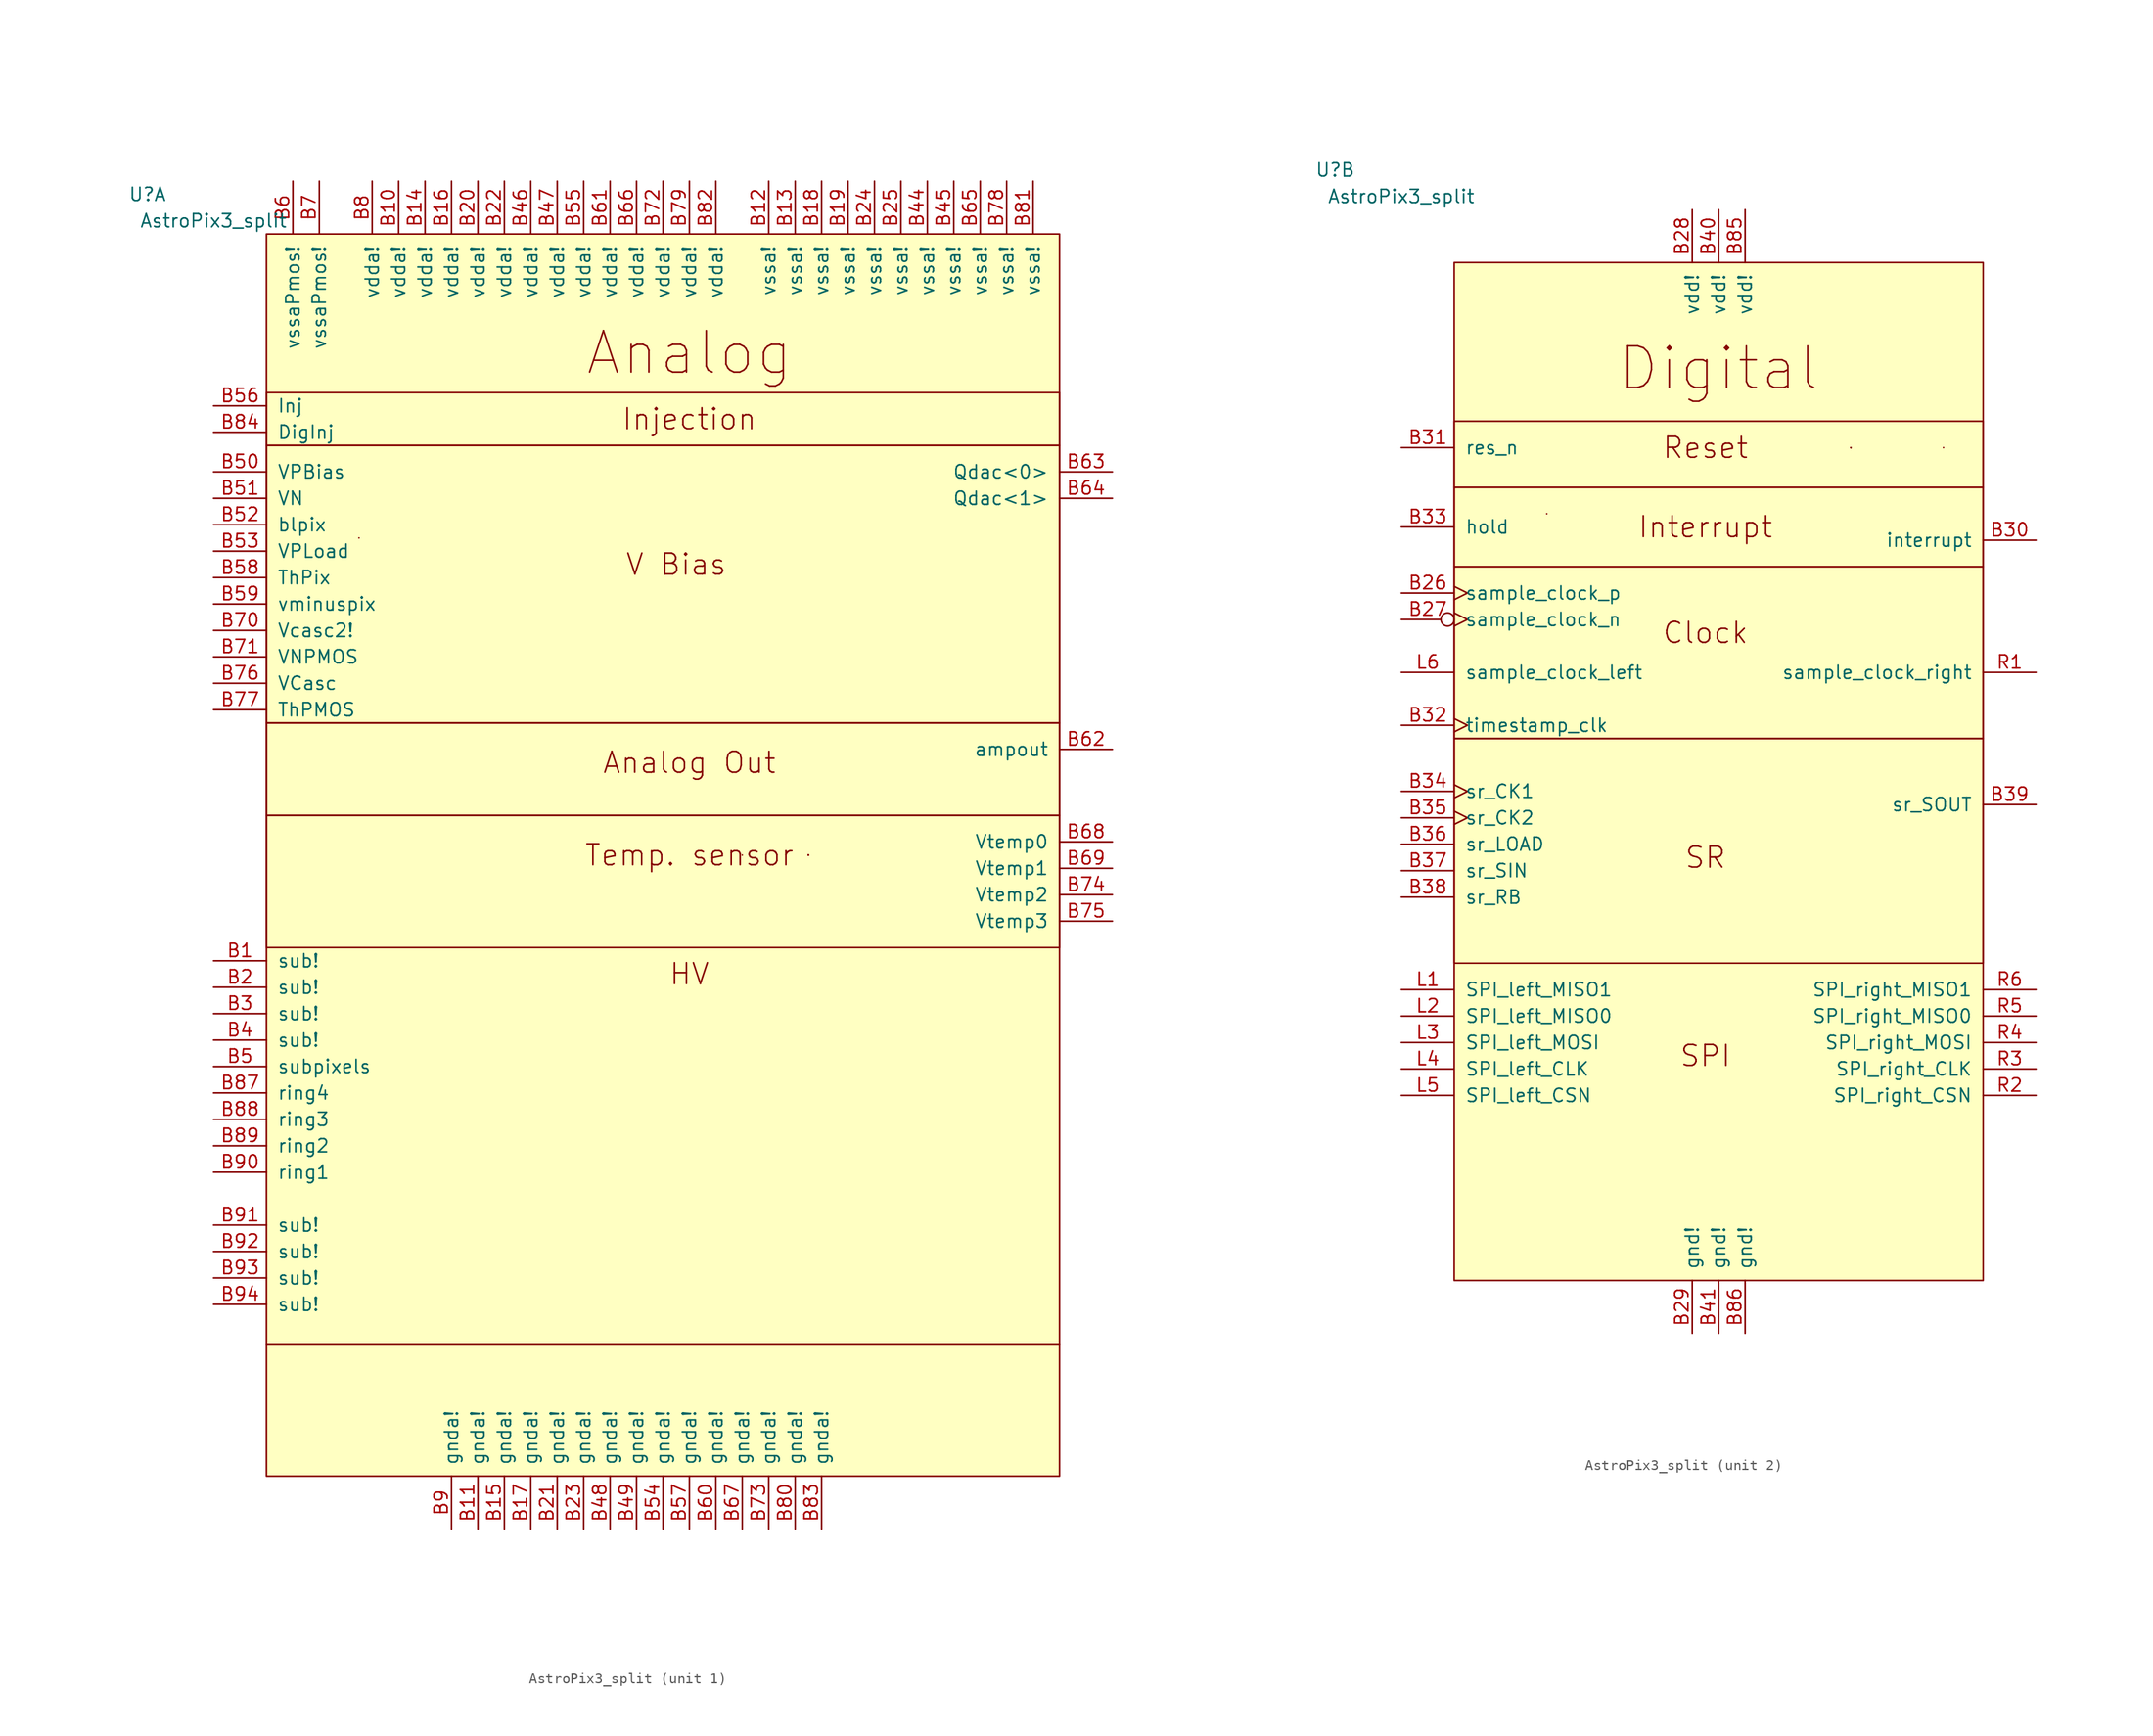
<source format=kicad_sym>
(kicad_symbol_lib
  (version 20220914)
  (generator kicad_symbol_editor)
  (symbol "AstroPix3_split"
    (pin_names
      (offset 1.016))
    (property "Reference" "U"
      (at -36.83 40.64 0)
      (effects (font (size 1.27 1.27))))
    (property "Value" "AstroPix3_split"
      (at -30.48 38.1 0)
      (effects (font (size 1.27 1.27))))
    (property "ki_locked" ""
      (at 0 0 0)
      (effects (font (size 1.27 1.27))))
    (symbol "AstroPix3_split_0_1"
      (polyline (pts (xy -16.51 7.62) (xy -16.51 7.62)) (stroke (width 0) (type default)) (fill (type none))))
    (symbol "AstroPix3_split_1_1"
      (rectangle (start -25.4 -19.05) (end 50.8 -31.75) (stroke (width 0) (type default)) (fill (type none)))
      (rectangle (start -25.4 -10.16) (end 50.8 -19.05) (stroke (width 0) (type default)) (fill (type none)))
      (rectangle (start -25.4 16.51) (end 50.8 -10.16) (stroke (width 0) (type default)) (fill (type none)))
      (rectangle (start -25.4 21.59) (end 50.8 16.51) (stroke (width 0) (type default)) (fill (type none)))
      (rectangle (start -25.4 36.83) (end 50.8 -82.55) (stroke (width 0) (type default)) (fill (type background)))
      (polyline (pts (xy -25.4 -69.85) (xy 50.8 -69.85)) (stroke (width 0) (type default)) (fill (type none)))
      (polyline (pts (xy 20.32 -22.86) (xy 20.32 -22.86)) (stroke (width 0) (type default)) (fill (type none)))
      (polyline (pts (xy 26.67 -22.86) (xy 26.67 -22.86)) (stroke (width 0) (type default)) (fill (type none)))
      (polyline (pts (xy 26.67 -22.86) (xy 26.67 -22.86)) (stroke (width 0) (type default)) (fill (type none)))
      (polyline (pts (xy 26.67 -22.86) (xy 26.67 -22.86)) (stroke (width 0) (type default)) (fill (type none)))
      (polyline (pts (xy 26.67 -22.86) (xy 26.67 -22.86)) (stroke (width 0) (type default)) (fill (type none)))
      (polyline (pts (xy 26.67 -22.86) (xy 26.67 -22.86)) (stroke (width 0) (type default)) (fill (type none)))
      (text "Analog" (at 15.24 25.4 0) (effects (font (size 3.988 3.988))))
      (text "Analog Out" (at 15.24 -13.97 0) (effects (font (size 2.007 2.007))))
      (text "HV" (at 15.24 -34.29 0) (effects (font (size 2.007 2.007))))
      (text "Injection" (at 15.24 19.05 0) (effects (font (size 2.007 2.007))))
      (text "Temp. sensor" (at 15.24 -22.86 0) (effects (font (size 2.007 2.007))))
      (text "V Bias" (at 13.97 5.08 0) (effects (font (size 2.007 2.007))))
      (pin power_in line (at -30.48 -33.02 0) (length 5.08) (name "sub!" (effects (font (size 1.27 1.27)))) (number "B1" (effects (font (size 1.27 1.27)))))
      (pin power_in line (at -12.7 41.91 270) (length 5.08) (name "vdda!" (effects (font (size 1.27 1.27)))) (number "B10" (effects (font (size 1.27 1.27)))))
      (pin power_in line (at -5.08 -87.63 90) (length 5.08) (name "gnda!" (effects (font (size 1.27 1.27)))) (number "B11" (effects (font (size 1.27 1.27)))))
      (pin power_in line (at 22.86 41.91 270) (length 5.08) (name "vssa!" (effects (font (size 1.27 1.27)))) (number "B12" (effects (font (size 1.27 1.27)))))
      (pin power_in line (at 25.4 41.91 270) (length 5.08) (name "vssa!" (effects (font (size 1.27 1.27)))) (number "B13" (effects (font (size 1.27 1.27)))))
      (pin power_in line (at -10.16 41.91 270) (length 5.08) (name "vdda!" (effects (font (size 1.27 1.27)))) (number "B14" (effects (font (size 1.27 1.27)))))
      (pin power_in line (at -2.54 -87.63 90) (length 5.08) (name "gnda!" (effects (font (size 1.27 1.27)))) (number "B15" (effects (font (size 1.27 1.27)))))
      (pin power_in line (at -7.62 41.91 270) (length 5.08) (name "vdda!" (effects (font (size 1.27 1.27)))) (number "B16" (effects (font (size 1.27 1.27)))))
      (pin power_in line (at 0 -87.63 90) (length 5.08) (name "gnda!" (effects (font (size 1.27 1.27)))) (number "B17" (effects (font (size 1.27 1.27)))))
      (pin power_in line (at 27.94 41.91 270) (length 5.08) (name "vssa!" (effects (font (size 1.27 1.27)))) (number "B18" (effects (font (size 1.27 1.27)))))
      (pin power_in line (at 30.48 41.91 270) (length 5.08) (name "vssa!" (effects (font (size 1.27 1.27)))) (number "B19" (effects (font (size 1.27 1.27)))))
      (pin power_in line (at -30.48 -35.56 0) (length 5.08) (name "sub!" (effects (font (size 1.27 1.27)))) (number "B2" (effects (font (size 1.27 1.27)))))
      (pin power_in line (at -5.08 41.91 270) (length 5.08) (name "vdda!" (effects (font (size 1.27 1.27)))) (number "B20" (effects (font (size 1.27 1.27)))))
      (pin power_in line (at 2.54 -87.63 90) (length 5.08) (name "gnda!" (effects (font (size 1.27 1.27)))) (number "B21" (effects (font (size 1.27 1.27)))))
      (pin power_in line (at -2.54 41.91 270) (length 5.08) (name "vdda!" (effects (font (size 1.27 1.27)))) (number "B22" (effects (font (size 1.27 1.27)))))
      (pin power_in line (at 5.08 -87.63 90) (length 5.08) (name "gnda!" (effects (font (size 1.27 1.27)))) (number "B23" (effects (font (size 1.27 1.27)))))
      (pin power_in line (at 33.02 41.91 270) (length 5.08) (name "vssa!" (effects (font (size 1.27 1.27)))) (number "B24" (effects (font (size 1.27 1.27)))))
      (pin power_in line (at 35.56 41.91 270) (length 5.08) (name "vssa!" (effects (font (size 1.27 1.27)))) (number "B25" (effects (font (size 1.27 1.27)))))
      (pin power_in line (at -30.48 -38.1 0) (length 5.08) (name "sub!" (effects (font (size 1.27 1.27)))) (number "B3" (effects (font (size 1.27 1.27)))))
      (pin power_in line (at -30.48 -40.64 0) (length 5.08) (name "sub!" (effects (font (size 1.27 1.27)))) (number "B4" (effects (font (size 1.27 1.27)))))
      (pin no_connect line (at 53.34 -52.07 180) (length 2.54) hide (name "nc" (effects (font (size 1.27 1.27)))) (number "B42" (effects (font (size 1.27 1.27)))))
      (pin no_connect line (at 53.34 -54.61 180) (length 2.54) hide (name "nc" (effects (font (size 1.27 1.27)))) (number "B43" (effects (font (size 1.27 1.27)))))
      (pin power_in line (at 38.1 41.91 270) (length 5.08) (name "vssa!" (effects (font (size 1.27 1.27)))) (number "B44" (effects (font (size 1.27 1.27)))))
      (pin power_in line (at 40.64 41.91 270) (length 5.08) (name "vssa!" (effects (font (size 1.27 1.27)))) (number "B45" (effects (font (size 1.27 1.27)))))
      (pin power_in line (at 0 41.91 270) (length 5.08) (name "vdda!" (effects (font (size 1.27 1.27)))) (number "B46" (effects (font (size 1.27 1.27)))))
      (pin power_in line (at 2.54 41.91 270) (length 5.08) (name "vdda!" (effects (font (size 1.27 1.27)))) (number "B47" (effects (font (size 1.27 1.27)))))
      (pin power_in line (at 7.62 -87.63 90) (length 5.08) (name "gnda!" (effects (font (size 1.27 1.27)))) (number "B48" (effects (font (size 1.27 1.27)))))
      (pin power_in line (at 10.16 -87.63 90) (length 5.08) (name "gnda!" (effects (font (size 1.27 1.27)))) (number "B49" (effects (font (size 1.27 1.27)))))
      (pin power_in line (at -30.48 -43.18 0) (length 5.08) (name "subpixels" (effects (font (size 1.27 1.27)))) (number "B5" (effects (font (size 1.27 1.27)))))
      (pin input line (at -30.48 13.97 0) (length 5.08) (name "VPBias" (effects (font (size 1.27 1.27)))) (number "B50" (effects (font (size 1.27 1.27)))))
      (pin input line (at -30.48 11.43 0) (length 5.08) (name "VN" (effects (font (size 1.27 1.27)))) (number "B51" (effects (font (size 1.27 1.27)))))
      (pin input line (at -30.48 8.89 0) (length 5.08) (name "blpix" (effects (font (size 1.27 1.27)))) (number "B52" (effects (font (size 1.27 1.27)))))
      (pin input line (at -30.48 6.35 0) (length 5.08) (name "VPLoad" (effects (font (size 1.27 1.27)))) (number "B53" (effects (font (size 1.27 1.27)))))
      (pin power_in line (at 12.7 -87.63 90) (length 5.08) (name "gnda!" (effects (font (size 1.27 1.27)))) (number "B54" (effects (font (size 1.27 1.27)))))
      (pin power_in line (at 5.08 41.91 270) (length 5.08) (name "vdda!" (effects (font (size 1.27 1.27)))) (number "B55" (effects (font (size 1.27 1.27)))))
      (pin input line (at -30.48 20.32 0) (length 5.08) (name "Inj" (effects (font (size 1.27 1.27)))) (number "B56" (effects (font (size 1.27 1.27)))))
      (pin power_in line (at 15.24 -87.63 90) (length 5.08) (name "gnda!" (effects (font (size 1.27 1.27)))) (number "B57" (effects (font (size 1.27 1.27)))))
      (pin input line (at -30.48 3.81 0) (length 5.08) (name "ThPix" (effects (font (size 1.27 1.27)))) (number "B58" (effects (font (size 1.27 1.27)))))
      (pin input line (at -30.48 1.27 0) (length 5.08) (name "vminuspix" (effects (font (size 1.27 1.27)))) (number "B59" (effects (font (size 1.27 1.27)))))
      (pin power_in line (at -22.86 41.91 270) (length 5.08) (name "vssaPmos!" (effects (font (size 1.27 1.27)))) (number "B6" (effects (font (size 1.27 1.27)))))
      (pin power_in line (at 17.78 -87.63 90) (length 5.08) (name "gnda!" (effects (font (size 1.27 1.27)))) (number "B60" (effects (font (size 1.27 1.27)))))
      (pin power_in line (at 7.62 41.91 270) (length 5.08) (name "vdda!" (effects (font (size 1.27 1.27)))) (number "B61" (effects (font (size 1.27 1.27)))))
      (pin output line (at 55.88 -12.7 180) (length 5.08) (name "ampout" (effects (font (size 1.27 1.27)))) (number "B62" (effects (font (size 1.27 1.27)))))
      (pin output line (at 55.88 13.97 180) (length 5.08) (name "Qdac<0>" (effects (font (size 1.27 1.27)))) (number "B63" (effects (font (size 1.27 1.27)))))
      (pin output line (at 55.88 11.43 180) (length 5.08) (name "Qdac<1>" (effects (font (size 1.27 1.27)))) (number "B64" (effects (font (size 1.27 1.27)))))
      (pin power_in line (at 43.18 41.91 270) (length 5.08) (name "vssa!" (effects (font (size 1.27 1.27)))) (number "B65" (effects (font (size 1.27 1.27)))))
      (pin power_in line (at 10.16 41.91 270) (length 5.08) (name "vdda!" (effects (font (size 1.27 1.27)))) (number "B66" (effects (font (size 1.27 1.27)))))
      (pin power_in line (at 20.32 -87.63 90) (length 5.08) (name "gnda!" (effects (font (size 1.27 1.27)))) (number "B67" (effects (font (size 1.27 1.27)))))
      (pin output line (at 55.88 -21.59 180) (length 5.08) (name "Vtemp0" (effects (font (size 1.27 1.27)))) (number "B68" (effects (font (size 1.27 1.27)))))
      (pin output line (at 55.88 -24.13 180) (length 5.08) (name "Vtemp1" (effects (font (size 1.27 1.27)))) (number "B69" (effects (font (size 1.27 1.27)))))
      (pin power_in line (at -20.32 41.91 270) (length 5.08) (name "vssaPmos!" (effects (font (size 1.27 1.27)))) (number "B7" (effects (font (size 1.27 1.27)))))
      (pin input line (at -30.48 -1.27 0) (length 5.08) (name "Vcasc2!" (effects (font (size 1.27 1.27)))) (number "B70" (effects (font (size 1.27 1.27)))))
      (pin input line (at -30.48 -3.81 0) (length 5.08) (name "VNPMOS" (effects (font (size 1.27 1.27)))) (number "B71" (effects (font (size 1.27 1.27)))))
      (pin power_in line (at 12.7 41.91 270) (length 5.08) (name "vdda!" (effects (font (size 1.27 1.27)))) (number "B72" (effects (font (size 1.27 1.27)))))
      (pin power_in line (at 22.86 -87.63 90) (length 5.08) (name "gnda!" (effects (font (size 1.27 1.27)))) (number "B73" (effects (font (size 1.27 1.27)))))
      (pin output line (at 55.88 -26.67 180) (length 5.08) (name "Vtemp2" (effects (font (size 1.27 1.27)))) (number "B74" (effects (font (size 1.27 1.27)))))
      (pin output line (at 55.88 -29.21 180) (length 5.08) (name "Vtemp3" (effects (font (size 1.27 1.27)))) (number "B75" (effects (font (size 1.27 1.27)))))
      (pin input line (at -30.48 -6.35 0) (length 5.08) (name "VCasc" (effects (font (size 1.27 1.27)))) (number "B76" (effects (font (size 1.27 1.27)))))
      (pin input line (at -30.48 -8.89 0) (length 5.08) (name "ThPMOS" (effects (font (size 1.27 1.27)))) (number "B77" (effects (font (size 1.27 1.27)))))
      (pin power_in line (at 45.72 41.91 270) (length 5.08) (name "vssa!" (effects (font (size 1.27 1.27)))) (number "B78" (effects (font (size 1.27 1.27)))))
      (pin power_in line (at 15.24 41.91 270) (length 5.08) (name "vdda!" (effects (font (size 1.27 1.27)))) (number "B79" (effects (font (size 1.27 1.27)))))
      (pin power_in line (at -15.24 41.91 270) (length 5.08) (name "vdda!" (effects (font (size 1.27 1.27)))) (number "B8" (effects (font (size 1.27 1.27)))))
      (pin power_in line (at 25.4 -87.63 90) (length 5.08) (name "gnda!" (effects (font (size 1.27 1.27)))) (number "B80" (effects (font (size 1.27 1.27)))))
      (pin power_in line (at 48.26 41.91 270) (length 5.08) (name "vssa!" (effects (font (size 1.27 1.27)))) (number "B81" (effects (font (size 1.27 1.27)))))
      (pin power_in line (at 17.78 41.91 270) (length 5.08) (name "vdda!" (effects (font (size 1.27 1.27)))) (number "B82" (effects (font (size 1.27 1.27)))))
      (pin power_in line (at 27.94 -87.63 90) (length 5.08) (name "gnda!" (effects (font (size 1.27 1.27)))) (number "B83" (effects (font (size 1.27 1.27)))))
      (pin input line (at -30.48 17.78 0) (length 5.08) (name "DigInj" (effects (font (size 1.27 1.27)))) (number "B84" (effects (font (size 1.27 1.27)))))
      (pin input line (at -30.48 -45.72 0) (length 5.08) (name "ring4" (effects (font (size 1.27 1.27)))) (number "B87" (effects (font (size 1.27 1.27)))))
      (pin input line (at -30.48 -48.26 0) (length 5.08) (name "ring3" (effects (font (size 1.27 1.27)))) (number "B88" (effects (font (size 1.27 1.27)))))
      (pin input line (at -30.48 -50.8 0) (length 5.08) (name "ring2" (effects (font (size 1.27 1.27)))) (number "B89" (effects (font (size 1.27 1.27)))))
      (pin power_in line (at -7.62 -87.63 90) (length 5.08) (name "gnda!" (effects (font (size 1.27 1.27)))) (number "B9" (effects (font (size 1.27 1.27)))))
      (pin input line (at -30.48 -53.34 0) (length 5.08) (name "ring1" (effects (font (size 1.27 1.27)))) (number "B90" (effects (font (size 1.27 1.27)))))
      (pin power_in line (at -30.48 -58.42 0) (length 5.08) (name "sub!" (effects (font (size 1.27 1.27)))) (number "B91" (effects (font (size 1.27 1.27)))))
      (pin power_in line (at -30.48 -60.96 0) (length 5.08) (name "sub!" (effects (font (size 1.27 1.27)))) (number "B92" (effects (font (size 1.27 1.27)))))
      (pin power_in line (at -30.48 -63.5 0) (length 5.08) (name "sub!" (effects (font (size 1.27 1.27)))) (number "B93" (effects (font (size 1.27 1.27)))))
      (pin power_in line (at -30.48 -66.04 0) (length 5.08) (name "sub!" (effects (font (size 1.27 1.27)))) (number "B94" (effects (font (size 1.27 1.27))))))
    (symbol "AstroPix3_split_2_1"
      (rectangle (start -25.4 -13.97) (end 25.4 -35.56) (stroke (width 0) (type default)) (fill (type none)))
      (rectangle (start -25.4 2.54) (end 25.4 -13.97) (stroke (width 0) (type default)) (fill (type none)))
      (rectangle (start -25.4 2.54) (end 25.4 10.16) (stroke (width 0) (type default)) (fill (type none)))
      (rectangle (start -25.4 16.51) (end 25.4 10.16) (stroke (width 0) (type default)) (fill (type none)))
      (rectangle (start -25.4 31.75) (end 25.4 -66.04) (stroke (width 0) (type default)) (fill (type background)))
      (polyline (pts (xy 12.7 13.97) (xy 12.7 13.97)) (stroke (width 0) (type default)) (fill (type none)))
      (polyline (pts (xy 12.7 13.97) (xy 12.7 13.97)) (stroke (width 0) (type default)) (fill (type none)))
      (polyline (pts (xy 12.7 13.97) (xy 12.7 13.97)) (stroke (width 0) (type default)) (fill (type none)))
      (polyline (pts (xy 12.7 13.97) (xy 12.7 13.97)) (stroke (width 0) (type default)) (fill (type none)))
      (polyline (pts (xy 12.7 13.97) (xy 12.7 13.97)) (stroke (width 0) (type default)) (fill (type none)))
      (polyline (pts (xy 21.59 13.97) (xy 21.59 13.97)) (stroke (width 0) (type default)) (fill (type none)))
      (text "Clock" (at -1.27 -3.81 0) (effects (font (size 2.007 2.007))))
      (text "Digital" (at 0 21.59 0) (effects (font (size 3.988 3.988))))
      (text "Interrupt" (at -1.27 6.35 0) (effects (font (size 2.007 2.007))))
      (text "Reset" (at -1.27 13.97 0) (effects (font (size 2.007 2.007))))
      (text "SPI" (at -1.27 -44.45 0) (effects (font (size 2.007 2.007))))
      (text "SR" (at -1.27 -25.4 0) (effects (font (size 2.007 2.007))))
      (pin input clock (at -30.48 0 0) (length 5.08) (name "sample_clock_p" (effects (font (size 1.27 1.27)))) (number "B26" (effects (font (size 1.27 1.27)))))
      (pin input inverted_clock (at -30.48 -2.54 0) (length 5.08) (name "sample_clock_n" (effects (font (size 1.27 1.27)))) (number "B27" (effects (font (size 1.27 1.27)))))
      (pin power_in line (at -2.54 36.83 270) (length 5.08) (name "vdd!" (effects (font (size 1.27 1.27)))) (number "B28" (effects (font (size 1.27 1.27)))))
      (pin power_in line (at -2.54 -71.12 90) (length 5.08) (name "gnd!" (effects (font (size 1.27 1.27)))) (number "B29" (effects (font (size 1.27 1.27)))))
      (pin open_collector line (at 30.48 5.08 180) (length 5.08) (name "interrupt" (effects (font (size 1.27 1.27)))) (number "B30" (effects (font (size 1.27 1.27)))))
      (pin input line (at -30.48 13.97 0) (length 5.08) (name "res_n" (effects (font (size 1.27 1.27)))) (number "B31" (effects (font (size 1.27 1.27)))))
      (pin input clock (at -30.48 -12.7 0) (length 5.08) (name "timestamp_clk" (effects (font (size 1.27 1.27)))) (number "B32" (effects (font (size 1.27 1.27)))))
      (pin input line (at -30.48 6.35 0) (length 5.08) (name "hold" (effects (font (size 1.27 1.27)))) (number "B33" (effects (font (size 1.27 1.27)))))
      (pin input clock (at -30.48 -19.05 0) (length 5.08) (name "sr_CK1" (effects (font (size 1.27 1.27)))) (number "B34" (effects (font (size 1.27 1.27)))))
      (pin input clock (at -30.48 -21.59 0) (length 5.08) (name "sr_CK2" (effects (font (size 1.27 1.27)))) (number "B35" (effects (font (size 1.27 1.27)))))
      (pin input line (at -30.48 -24.13 0) (length 5.08) (name "sr_LOAD" (effects (font (size 1.27 1.27)))) (number "B36" (effects (font (size 1.27 1.27)))))
      (pin input line (at -30.48 -26.67 0) (length 5.08) (name "sr_SIN" (effects (font (size 1.27 1.27)))) (number "B37" (effects (font (size 1.27 1.27)))))
      (pin input line (at -30.48 -29.21 0) (length 5.08) (name "sr_RB" (effects (font (size 1.27 1.27)))) (number "B38" (effects (font (size 1.27 1.27)))))
      (pin output line (at 30.48 -20.32 180) (length 5.08) (name "sr_SOUT" (effects (font (size 1.27 1.27)))) (number "B39" (effects (font (size 1.27 1.27)))))
      (pin power_in line (at 0 36.83 270) (length 5.08) (name "vdd!" (effects (font (size 1.27 1.27)))) (number "B40" (effects (font (size 1.27 1.27)))))
      (pin power_in line (at 0 -71.12 90) (length 5.08) (name "gnd!" (effects (font (size 1.27 1.27)))) (number "B41" (effects (font (size 1.27 1.27)))))
      (pin power_in line (at 2.54 36.83 270) (length 5.08) (name "vdd!" (effects (font (size 1.27 1.27)))) (number "B85" (effects (font (size 1.27 1.27)))))
      (pin power_in line (at 2.54 -71.12 90) (length 5.08) (name "gnd!" (effects (font (size 1.27 1.27)))) (number "B86" (effects (font (size 1.27 1.27)))))
      (pin output line (at -30.48 -38.1 0) (length 5.08) (name "SPI_left_MISO1" (effects (font (size 1.27 1.27)))) (number "L1" (effects (font (size 1.27 1.27)))))
      (pin output line (at -30.48 -40.64 0) (length 5.08) (name "SPI_left_MISO0" (effects (font (size 1.27 1.27)))) (number "L2" (effects (font (size 1.27 1.27)))))
      (pin input line (at -30.48 -43.18 0) (length 5.08) (name "SPI_left_MOSI" (effects (font (size 1.27 1.27)))) (number "L3" (effects (font (size 1.27 1.27)))))
      (pin input line (at -30.48 -45.72 0) (length 5.08) (name "SPI_left_CLK" (effects (font (size 1.27 1.27)))) (number "L4" (effects (font (size 1.27 1.27)))))
      (pin output line (at -30.48 -48.26 0) (length 5.08) (name "SPI_left_CSN" (effects (font (size 1.27 1.27)))) (number "L5" (effects (font (size 1.27 1.27)))))
      (pin input line (at -30.48 -7.62 0) (length 5.08) (name "sample_clock_left" (effects (font (size 1.27 1.27)))) (number "L6" (effects (font (size 1.27 1.27)))))
      (pin output line (at 30.48 -7.62 180) (length 5.08) (name "sample_clock_right" (effects (font (size 1.27 1.27)))) (number "R1" (effects (font (size 1.27 1.27)))))
      (pin input line (at 30.48 -48.26 180) (length 5.08) (name "SPI_right_CSN" (effects (font (size 1.27 1.27)))) (number "R2" (effects (font (size 1.27 1.27)))))
      (pin output line (at 30.48 -45.72 180) (length 5.08) (name "SPI_right_CLK" (effects (font (size 1.27 1.27)))) (number "R3" (effects (font (size 1.27 1.27)))))
      (pin output line (at 30.48 -43.18 180) (length 5.08) (name "SPI_right_MOSI" (effects (font (size 1.27 1.27)))) (number "R4" (effects (font (size 1.27 1.27)))))
      (pin input line (at 30.48 -40.64 180) (length 5.08) (name "SPI_right_MISO0" (effects (font (size 1.27 1.27)))) (number "R5" (effects (font (size 1.27 1.27)))))
      (pin input line (at 30.48 -38.1 180) (length 5.08) (name "SPI_right_MISO1" (effects (font (size 1.27 1.27)))) (number "R6" (effects (font (size 1.27 1.27))))))))
</source>
